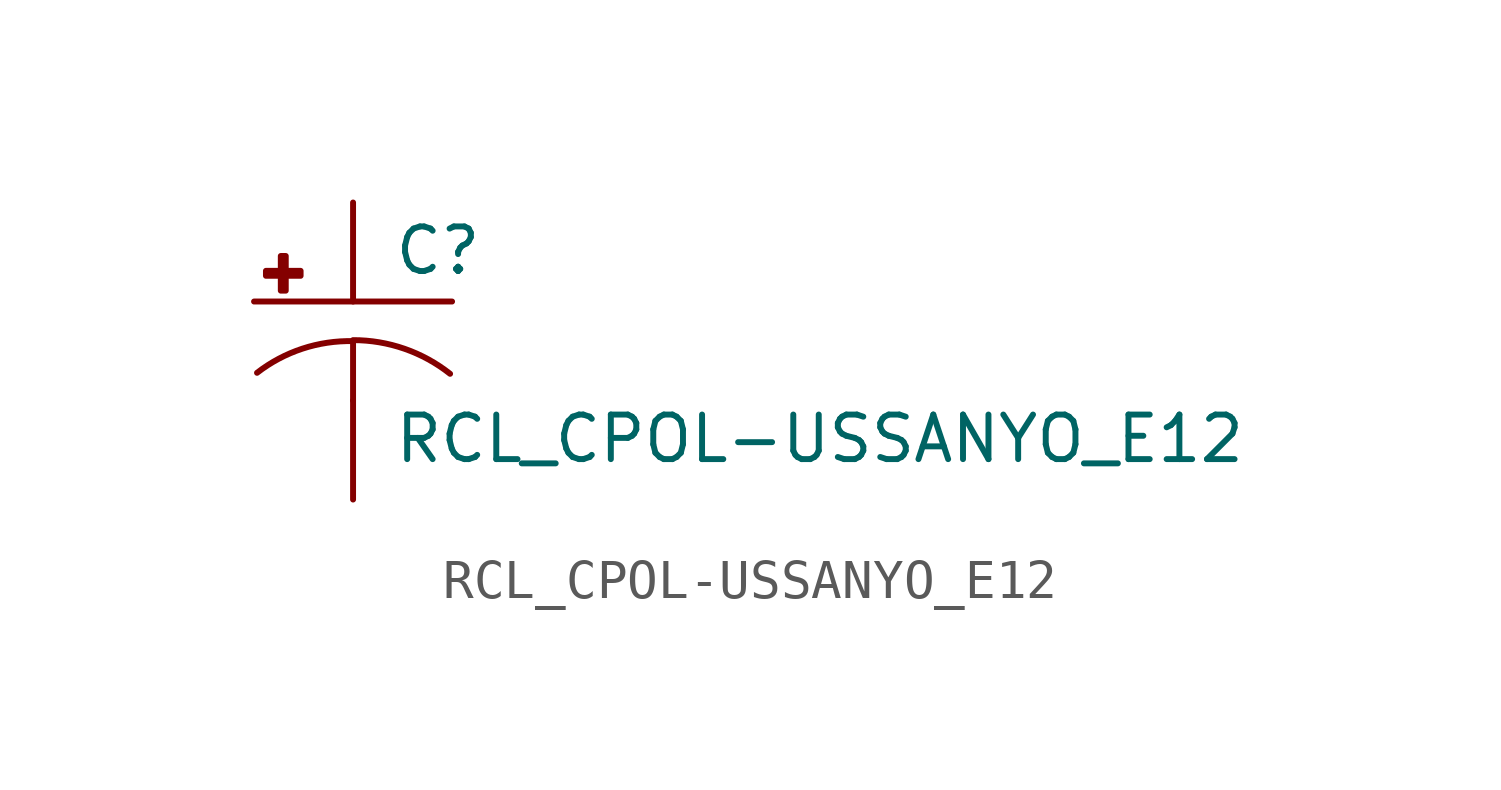
<source format=kicad_sym>
(kicad_symbol_lib
  (version 20210619)
  (generator kicad_symbol_editor)
  (symbol "RCL_CPOL-USSANYO_E12"
    (pin_numbers hide)
    (pin_names
      (offset 1.016) hide)
    (property "Reference" "C"
      (at 1.016 0.635 0)
      (effects (font (size 1.143 1.143)) (justify left bottom)))
    (property "Value" "RCL_CPOL-USSANYO_E12"
      (at 1.016 -4.191 0)
      (effects (font (size 1.143 1.143)) (justify left bottom)))
    (property "ki_locked" ""
      (at 0 0 0)
      (effects (font (size 1.27 1.27))))
    (symbol "RCL_CPOL-USSANYO_E12_1_0"
      (polyline (pts (xy -2.54 0) (xy 2.54 0)) (stroke (width 0)) (fill (type none)))
      (polyline (pts (xy 0 -1.016) (xy 0 -2.54)) (stroke (width 0)) (fill (type none)))
      (polyline (pts (xy 0 -1.016) (xy 0 -1.016)) (stroke (width 0)) (fill (type none))))
    (symbol "RCL_CPOL-USSANYO_E12_1_1"
      (arc (start 0 -1.016) (end -2.4638 -1.8288) (radius (at 0 -5.0546) (length 4.0386) (angles 90.1 127.3)) (stroke (width 0)) (fill (type none)))
      (arc (start 2.4892 -1.8542) (end 0 -0.9906) (radius (at 0 -5.0292) (length 4.0386) (angles 52.3 89.9)) (stroke (width 0)) (fill (type none)))
      (rectangle (start -2.235 0.66) (end -1.346 0.787) (stroke (width 0)) (fill (type outline)))
      (rectangle (start -1.854 0.279) (end -1.727 1.168) (stroke (width 0)) (fill (type outline)))
      (pin passive line (at 0 2.54 270) (length 2.54) (name "+" (effects (font (size 1.016 1.016)))) (number "+" (effects (font (size 1.016 1.016)))))
      (pin passive line (at 0 -5.08 90) (length 2.54) (name "-" (effects (font (size 1.016 1.016)))) (number "-" (effects (font (size 1.016 1.016))))))))
</source>
